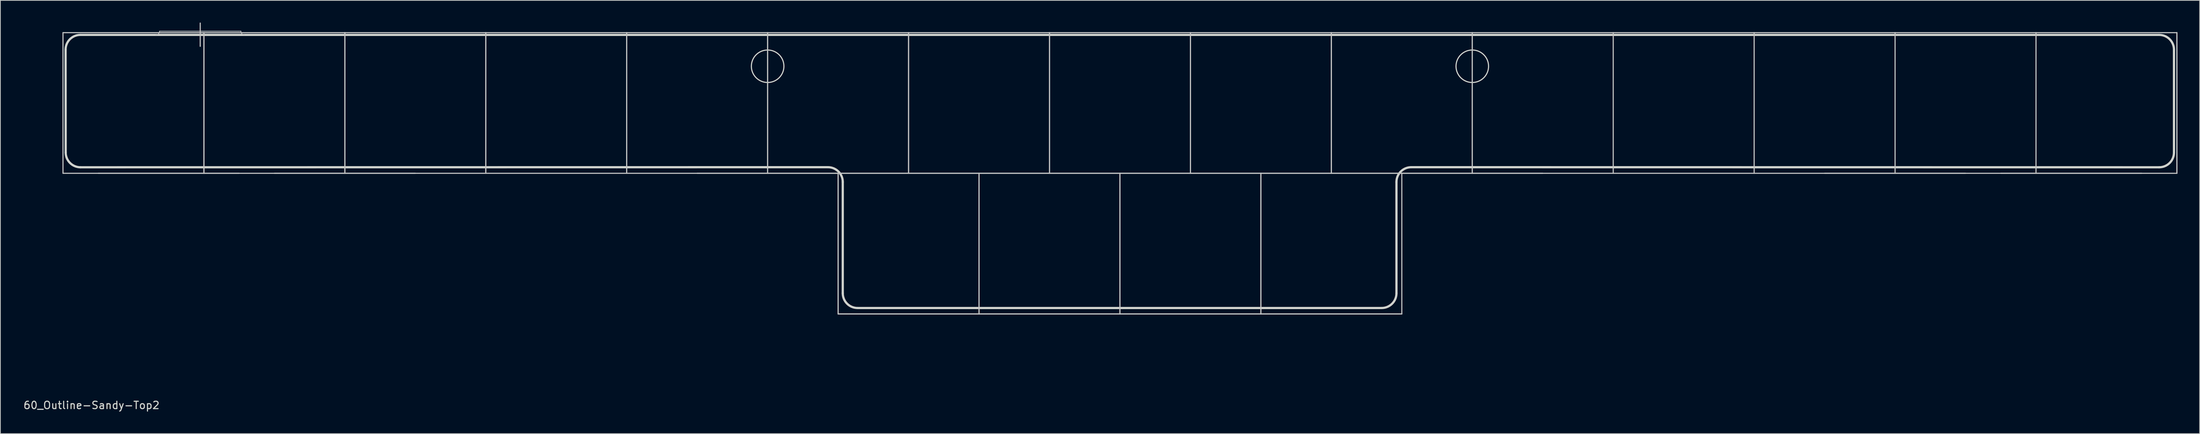
<source format=kicad_pcb>
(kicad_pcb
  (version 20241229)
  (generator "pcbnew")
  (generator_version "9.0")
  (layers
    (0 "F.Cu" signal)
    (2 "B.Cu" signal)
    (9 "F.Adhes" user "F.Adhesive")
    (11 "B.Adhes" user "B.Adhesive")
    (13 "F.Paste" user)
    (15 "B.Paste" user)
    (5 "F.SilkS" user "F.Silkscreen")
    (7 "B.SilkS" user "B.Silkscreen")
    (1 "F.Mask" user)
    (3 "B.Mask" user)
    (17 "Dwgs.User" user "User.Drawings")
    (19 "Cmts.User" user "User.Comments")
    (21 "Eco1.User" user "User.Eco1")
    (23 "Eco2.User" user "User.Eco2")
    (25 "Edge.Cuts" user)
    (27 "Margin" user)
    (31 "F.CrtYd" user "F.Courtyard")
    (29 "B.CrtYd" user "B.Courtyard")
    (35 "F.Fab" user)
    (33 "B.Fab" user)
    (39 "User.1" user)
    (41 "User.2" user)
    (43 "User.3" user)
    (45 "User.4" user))
  (footprint "60_Outline-Sandy-Top2"
    (layer "F.Cu")
    (at 148.34 20.425)
    (property "Reference" "60_Outline-Sandy-Top2" (at -139.025 31.425 0) (layer "Edge.Cuts") (effects (font (size 1 1) (thickness 0.15))))
    (attr through_hole)
    (fp_line (start -142.875 -19.05) (end -123.825 -19.05) (stroke (width 0.15) (type solid)) (layer "Dwgs.User"))
    (fp_line (start -142.875 0) (end -142.875 -19.05) (stroke (width 0.15) (type solid)) (layer "Dwgs.User"))
    (fp_line (start -138.113 0) (end -119.062 0) (stroke (width 0.15) (type solid)) (layer "Dwgs.User"))
    (fp_line (start -129.825 -19.25) (end -118.825 -19.25) (stroke (width 0.1) (type solid)) (layer "Dwgs.User"))
    (fp_line (start -124.325 -20.35) (end -124.325 -17.2) (stroke (width 0.15) (type solid)) (layer "Dwgs.User"))
    (fp_line (start -123.825 -19.05) (end -123.825 0) (stroke (width 0.15) (type solid)) (layer "Dwgs.User"))
    (fp_line (start -123.825 -19.05) (end -104.775 -19.05) (stroke (width 0.15) (type solid)) (layer "Dwgs.User"))
    (fp_line (start -123.825 0) (end -142.875 0) (stroke (width 0.15) (type solid)) (layer "Dwgs.User"))
    (fp_line (start -123.825 0) (end -123.825 -19.05) (stroke (width 0.15) (type solid)) (layer "Dwgs.User"))
    (fp_line (start -114.3 0) (end -95.25 0) (stroke (width 0.15) (type solid)) (layer "Dwgs.User"))
    (fp_line (start -104.775 -19.05) (end -104.775 0) (stroke (width 0.15) (type solid)) (layer "Dwgs.User"))
    (fp_line (start -104.775 -19.05) (end -85.725 -19.05) (stroke (width 0.15) (type solid)) (layer "Dwgs.User"))
    (fp_line (start -104.775 0) (end -123.825 0) (stroke (width 0.15) (type solid)) (layer "Dwgs.User"))
    (fp_line (start -104.775 0) (end -104.775 -19.05) (stroke (width 0.15) (type solid)) (layer "Dwgs.User"))
    (fp_line (start -85.725 -19.05) (end -85.725 0) (stroke (width 0.15) (type solid)) (layer "Dwgs.User"))
    (fp_line (start -85.725 -19.05) (end -66.675 -19.05) (stroke (width 0.15) (type solid)) (layer "Dwgs.User"))
    (fp_line (start -85.725 0) (end -104.775 0) (stroke (width 0.15) (type solid)) (layer "Dwgs.User"))
    (fp_line (start -85.725 0) (end -85.725 -19.05) (stroke (width 0.15) (type solid)) (layer "Dwgs.User"))
    (fp_line (start -66.675 -19.05) (end -66.675 0) (stroke (width 0.15) (type solid)) (layer "Dwgs.User"))
    (fp_line (start -66.675 -19.05) (end -47.625 -19.05) (stroke (width 0.15) (type solid)) (layer "Dwgs.User"))
    (fp_line (start -66.675 0) (end -85.725 0) (stroke (width 0.15) (type solid)) (layer "Dwgs.User"))
    (fp_line (start -66.675 0) (end -66.675 -19.05) (stroke (width 0.15) (type solid)) (layer "Dwgs.User"))
    (fp_line (start -57.15 0) (end -38.1 0) (stroke (width 0.15) (type solid)) (layer "Dwgs.User"))
    (fp_line (start -47.625 -19.05) (end -47.625 0) (stroke (width 0.15) (type solid)) (layer "Dwgs.User"))
    (fp_line (start -47.625 -19.05) (end -28.575 -19.05) (stroke (width 0.15) (type solid)) (layer "Dwgs.User"))
    (fp_line (start -47.625 0) (end -66.675 0) (stroke (width 0.15) (type solid)) (layer "Dwgs.User"))
    (fp_line (start -47.625 0) (end -47.625 -19.05) (stroke (width 0.15) (type solid)) (layer "Dwgs.User"))
    (fp_line (start -38.1 0) (end -38.1 19.05) (stroke (width 0.15) (type solid)) (layer "Dwgs.User"))
    (fp_line (start -38.1 0) (end -19.05 0) (stroke (width 0.15) (type solid)) (layer "Dwgs.User"))
    (fp_line (start -38.1 19.05) (end -38.1 0) (stroke (width 0.15) (type solid)) (layer "Dwgs.User"))
    (fp_line (start -38.1 19.05) (end -19.05 19.05) (stroke (width 0.15) (type solid)) (layer "Dwgs.User"))
    (fp_line (start -28.575 -19.05) (end -28.575 0) (stroke (width 0.15) (type solid)) (layer "Dwgs.User"))
    (fp_line (start -28.575 -19.05) (end -9.525 -19.05) (stroke (width 0.15) (type solid)) (layer "Dwgs.User"))
    (fp_line (start -28.575 0) (end -47.625 0) (stroke (width 0.15) (type solid)) (layer "Dwgs.User"))
    (fp_line (start -28.575 0) (end -28.575 -19.05) (stroke (width 0.15) (type solid)) (layer "Dwgs.User"))
    (fp_line (start -19.05 0) (end -19.05 19.05) (stroke (width 0.15) (type solid)) (layer "Dwgs.User"))
    (fp_line (start -19.05 0) (end 0 0) (stroke (width 0.15) (type solid)) (layer "Dwgs.User"))
    (fp_line (start -19.05 19.05) (end -38.1 19.05) (stroke (width 0.15) (type solid)) (layer "Dwgs.User"))
    (fp_line (start -19.05 19.05) (end -19.05 0) (stroke (width 0.15) (type solid)) (layer "Dwgs.User"))
    (fp_line (start -19.05 19.05) (end 0 19.05) (stroke (width 0.15) (type solid)) (layer "Dwgs.User"))
    (fp_line (start -9.525 -19.05) (end -9.525 0) (stroke (width 0.15) (type solid)) (layer "Dwgs.User"))
    (fp_line (start -9.525 -19.05) (end 9.525 -19.05) (stroke (width 0.15) (type solid)) (layer "Dwgs.User"))
    (fp_line (start -9.525 0) (end -28.575 0) (stroke (width 0.15) (type solid)) (layer "Dwgs.User"))
    (fp_line (start -9.525 0) (end -9.525 -19.05) (stroke (width 0.15) (type solid)) (layer "Dwgs.User"))
    (fp_line (start 0 0) (end 0 19.05) (stroke (width 0.15) (type solid)) (layer "Dwgs.User"))
    (fp_line (start 0 0) (end 19.05 0) (stroke (width 0.15) (type solid)) (layer "Dwgs.User"))
    (fp_line (start 0 19.05) (end -19.05 19.05) (stroke (width 0.15) (type solid)) (layer "Dwgs.User"))
    (fp_line (start 0 19.05) (end 0 0) (stroke (width 0.15) (type solid)) (layer "Dwgs.User"))
    (fp_line (start 0 19.05) (end 19.05 19.05) (stroke (width 0.15) (type solid)) (layer "Dwgs.User"))
    (fp_line (start 9.525 -19.05) (end 9.525 0) (stroke (width 0.15) (type solid)) (layer "Dwgs.User"))
    (fp_line (start 9.525 -19.05) (end 28.575 -19.05) (stroke (width 0.15) (type solid)) (layer "Dwgs.User"))
    (fp_line (start 9.525 0) (end -9.525 0) (stroke (width 0.15) (type solid)) (layer "Dwgs.User"))
    (fp_line (start 9.525 0) (end 9.525 -19.05) (stroke (width 0.15) (type solid)) (layer "Dwgs.User"))
    (fp_line (start 19.05 0) (end 19.05 19.05) (stroke (width 0.15) (type solid)) (layer "Dwgs.User"))
    (fp_line (start 19.05 0) (end 38.1 0) (stroke (width 0.15) (type solid)) (layer "Dwgs.User"))
    (fp_line (start 19.05 19.05) (end 0 19.05) (stroke (width 0.15) (type solid)) (layer "Dwgs.User"))
    (fp_line (start 19.05 19.05) (end 19.05 0) (stroke (width 0.15) (type solid)) (layer "Dwgs.User"))
    (fp_line (start 19.05 19.05) (end 38.1 19.05) (stroke (width 0.15) (type solid)) (layer "Dwgs.User"))
    (fp_line (start 28.575 -19.05) (end 28.575 0) (stroke (width 0.15) (type solid)) (layer "Dwgs.User"))
    (fp_line (start 28.575 -19.05) (end 47.625 -19.05) (stroke (width 0.15) (type solid)) (layer "Dwgs.User"))
    (fp_line (start 28.575 0) (end 9.525 0) (stroke (width 0.15) (type solid)) (layer "Dwgs.User"))
    (fp_line (start 28.575 0) (end 28.575 -19.05) (stroke (width 0.15) (type solid)) (layer "Dwgs.User"))
    (fp_line (start 38.1 0) (end 38.1 19.05) (stroke (width 0.15) (type solid)) (layer "Dwgs.User"))
    (fp_line (start 38.1 0) (end 57.15 0) (stroke (width 0.15) (type solid)) (layer "Dwgs.User"))
    (fp_line (start 38.1 19.05) (end 19.05 19.05) (stroke (width 0.15) (type solid)) (layer "Dwgs.User"))
    (fp_line (start 47.625 -19.05) (end 47.625 0) (stroke (width 0.15) (type solid)) (layer "Dwgs.User"))
    (fp_line (start 47.625 -19.05) (end 66.675 -19.05) (stroke (width 0.15) (type solid)) (layer "Dwgs.User"))
    (fp_line (start 47.625 0) (end 28.575 0) (stroke (width 0.15) (type solid)) (layer "Dwgs.User"))
    (fp_line (start 47.625 0) (end 47.625 -19.05) (stroke (width 0.15) (type solid)) (layer "Dwgs.User"))
    (fp_line (start 66.675 -19.05) (end 66.675 0) (stroke (width 0.15) (type solid)) (layer "Dwgs.User"))
    (fp_line (start 66.675 -19.05) (end 85.725 -19.05) (stroke (width 0.15) (type solid)) (layer "Dwgs.User"))
    (fp_line (start 66.675 0) (end 47.625 0) (stroke (width 0.15) (type solid)) (layer "Dwgs.User"))
    (fp_line (start 85.725 -19.05) (end 104.775 -19.05) (stroke (width 0.15) (type solid)) (layer "Dwgs.User"))
    (fp_line (start 85.725 0) (end 66.675 0) (stroke (width 0.15) (type solid)) (layer "Dwgs.User"))
    (fp_line (start 85.725 0) (end 85.725 -19.05) (stroke (width 0.15) (type solid)) (layer "Dwgs.User"))
    (fp_line (start 95.25 0) (end 114.3 0) (stroke (width 0.15) (type solid)) (layer "Dwgs.User"))
    (fp_line (start 104.775 -19.05) (end 104.775 0) (stroke (width 0.15) (type solid)) (layer "Dwgs.User"))
    (fp_line (start 104.775 -19.05) (end 123.825 -19.05) (stroke (width 0.15) (type solid)) (layer "Dwgs.User"))
    (fp_line (start 104.775 0) (end 85.725 0) (stroke (width 0.15) (type solid)) (layer "Dwgs.User"))
    (fp_line (start 119.062 0) (end 138.113 0) (stroke (width 0.15) (type solid)) (layer "Dwgs.User"))
    (fp_line (start 123.825 -19.05) (end 123.825 0) (stroke (width 0.15) (type solid)) (layer "Dwgs.User"))
    (fp_line (start 123.825 -19.05) (end 142.875 -19.05) (stroke (width 0.15) (type solid)) (layer "Dwgs.User"))
    (fp_line (start 123.825 0) (end 104.775 0) (stroke (width 0.15) (type solid)) (layer "Dwgs.User"))
    (fp_line (start 142.875 -19.05) (end 142.875 0) (stroke (width 0.15) (type solid)) (layer "Dwgs.User"))
    (fp_line (start 142.875 -19.05) (end 142.875 0) (stroke (width 0.15) (type solid)) (layer "Dwgs.User"))
    (fp_line (start 142.875 0) (end 123.825 0) (stroke (width 0.15) (type solid)) (layer "Dwgs.User"))
    (fp_arc (start -129.825 -19.25004) (mid -129.971447 -18.896487) (end -130.325 -18.75004) (stroke (width 0.1) (type solid)) (layer "Dwgs.User"))
    (fp_arc (start -118.325 -18.75004) (mid -118.678553 -18.896487) (end -118.825 -19.25004) (stroke (width 0.1) (type solid)) (layer "Dwgs.User"))
    (fp_line (start -142.511 -2.814) (end -142.525 -16.75) (stroke (width 0.3) (type solid)) (layer "Edge.Cuts"))
    (fp_line (start -140.511 -0.814) (end -39.471 -0.825) (stroke (width 0.3) (type solid)) (layer "Edge.Cuts"))
    (fp_line (start -37.471 16.25) (end -37.471 1.175) (stroke (width 0.3) (type solid)) (layer "Edge.Cuts"))
    (fp_line (start -35.471 18.25) (end 35.375 18.25) (stroke (width 0.3) (type solid)) (layer "Edge.Cuts"))
    (fp_line (start 37.375 16.25) (end 37.375 1.175) (stroke (width 0.3) (type solid)) (layer "Edge.Cuts"))
    (fp_line (start 39.375 -0.825) (end 140.475 -0.814) (stroke (width 0.3) (type solid)) (layer "Edge.Cuts"))
    (fp_line (start 140.475 -18.75) (end -140.525 -18.75) (stroke (width 0.3) (type solid)) (layer "Edge.Cuts"))
    (fp_line (start 142.475 -2.814) (end 142.475 -16.75) (stroke (width 0.3) (type solid)) (layer "Edge.Cuts"))
    (fp_arc (start -142.525 -16.75004) (mid -141.939214 -18.164254) (end -140.525 -18.75004) (stroke (width 0.3) (type solid)) (layer "Edge.Cuts"))
    (fp_arc (start -140.510786 -0.814254) (mid -141.925 -1.40004) (end -142.510786 -2.814254) (stroke (width 0.3) (type solid)) (layer "Edge.Cuts"))
    (fp_arc (start -39.470786 -0.82504) (mid -38.056572 -0.239254) (end -37.470786 1.17496) (stroke (width 0.3) (type solid)) (layer "Edge.Cuts"))
    (fp_arc (start -35.470786 18.24996) (mid -36.885 17.664174) (end -37.470786 16.24996) (stroke (width 0.3) (type solid)) (layer "Edge.Cuts"))
    (fp_arc (start 37.375 1.17496) (mid 37.960783 -0.23926) (end 39.375 -0.82504) (stroke (width 0.3) (type solid)) (layer "Edge.Cuts"))
    (fp_arc (start 37.375 16.24996) (mid 36.78921 17.664167) (end 35.375 18.24996) (stroke (width 0.3) (type solid)) (layer "Edge.Cuts"))
    (fp_arc (start 140.475 -18.75004) (mid 141.889239 -18.164282) (end 142.475 -16.75004) (stroke (width 0.3) (type solid)) (layer "Edge.Cuts"))
    (fp_arc (start 142.475 -2.814254) (mid 141.889186 -1.400067) (end 140.475 -0.814254) (stroke (width 0.3) (type solid)) (layer "Edge.Cuts"))
    (fp_circle (center -47.625 -14.5) (end -45.425 -14.5) (stroke (width 0.15) (type solid)) (fill no) (layer "Edge.Cuts"))
    (fp_circle (center 47.625 -14.5) (end 49.825 -14.5) (stroke (width 0.15) (type solid)) (fill no) (layer "Edge.Cuts")))
  (gr_rect
    (start -3 -3)
    (end 294.29 55.698)
    (stroke (width 0.1) (type default))
    (fill no)
    (layer "Edge.Cuts")))
</source>
